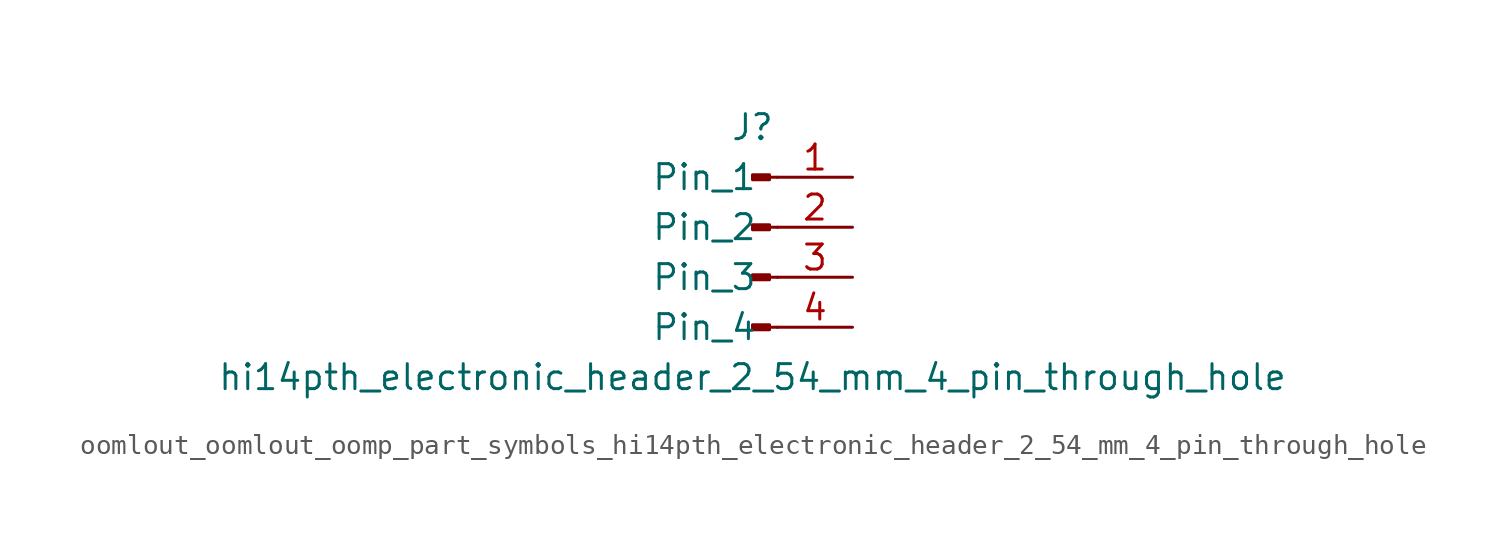
<source format=kicad_sym>
(kicad_symbol_lib
  (version 20220914)
  (generator kicad_symbol_editor)
  (symbol "oomlout_oomlout_oomp_part_symbols_hi14pth_electronic_header_2_54_mm_4_pin_through_hole"
    (pin_names
      (offset 1.016))
    (property "Reference" "J"
      (at 0 5.08 0)
      (effects (font (size 1.27 1.27))))
    (property "Value" "hi14pth_electronic_header_2_54_mm_4_pin_through_hole"
      (at 0 -7.62 0)
      (effects (font (size 1.27 1.27))))
    (property "ki_locked" ""
      (at 0 0 0)
      (effects (font (size 1.27 1.27))))
    (symbol "oomlout_oomlout_oomp_part_symbols_hi14pth_electronic_header_2_54_mm_4_pin_through_hole_1_1"
      (polyline (pts (xy 1.27 -5.08) (xy 0.864 -5.08)) (stroke (width 0.152) (type default)) (fill (type none)))
      (polyline (pts (xy 1.27 -2.54) (xy 0.864 -2.54)) (stroke (width 0.152) (type default)) (fill (type none)))
      (polyline (pts (xy 1.27 0) (xy 0.864 0)) (stroke (width 0.152) (type default)) (fill (type none)))
      (polyline (pts (xy 1.27 2.54) (xy 0.864 2.54)) (stroke (width 0.152) (type default)) (fill (type none)))
      (rectangle (start 0.864 -4.953) (end 0 -5.207) (stroke (width 0.152) (type default)) (fill (type outline)))
      (rectangle (start 0.864 -2.413) (end 0 -2.667) (stroke (width 0.152) (type default)) (fill (type outline)))
      (rectangle (start 0.864 0.127) (end 0 -0.127) (stroke (width 0.152) (type default)) (fill (type outline)))
      (rectangle (start 0.864 2.667) (end 0 2.413) (stroke (width 0.152) (type default)) (fill (type outline)))
      (pin passive line (at 5.08 2.54 180) (length 3.81) (name "Pin_1" (effects (font (size 1.27 1.27)))) (number "1" (effects (font (size 1.27 1.27)))))
      (pin passive line (at 5.08 0 180) (length 3.81) (name "Pin_2" (effects (font (size 1.27 1.27)))) (number "2" (effects (font (size 1.27 1.27)))))
      (pin passive line (at 5.08 -2.54 180) (length 3.81) (name "Pin_3" (effects (font (size 1.27 1.27)))) (number "3" (effects (font (size 1.27 1.27)))))
      (pin passive line (at 5.08 -5.08 180) (length 3.81) (name "Pin_4" (effects (font (size 1.27 1.27)))) (number "4" (effects (font (size 1.27 1.27))))))))
</source>
